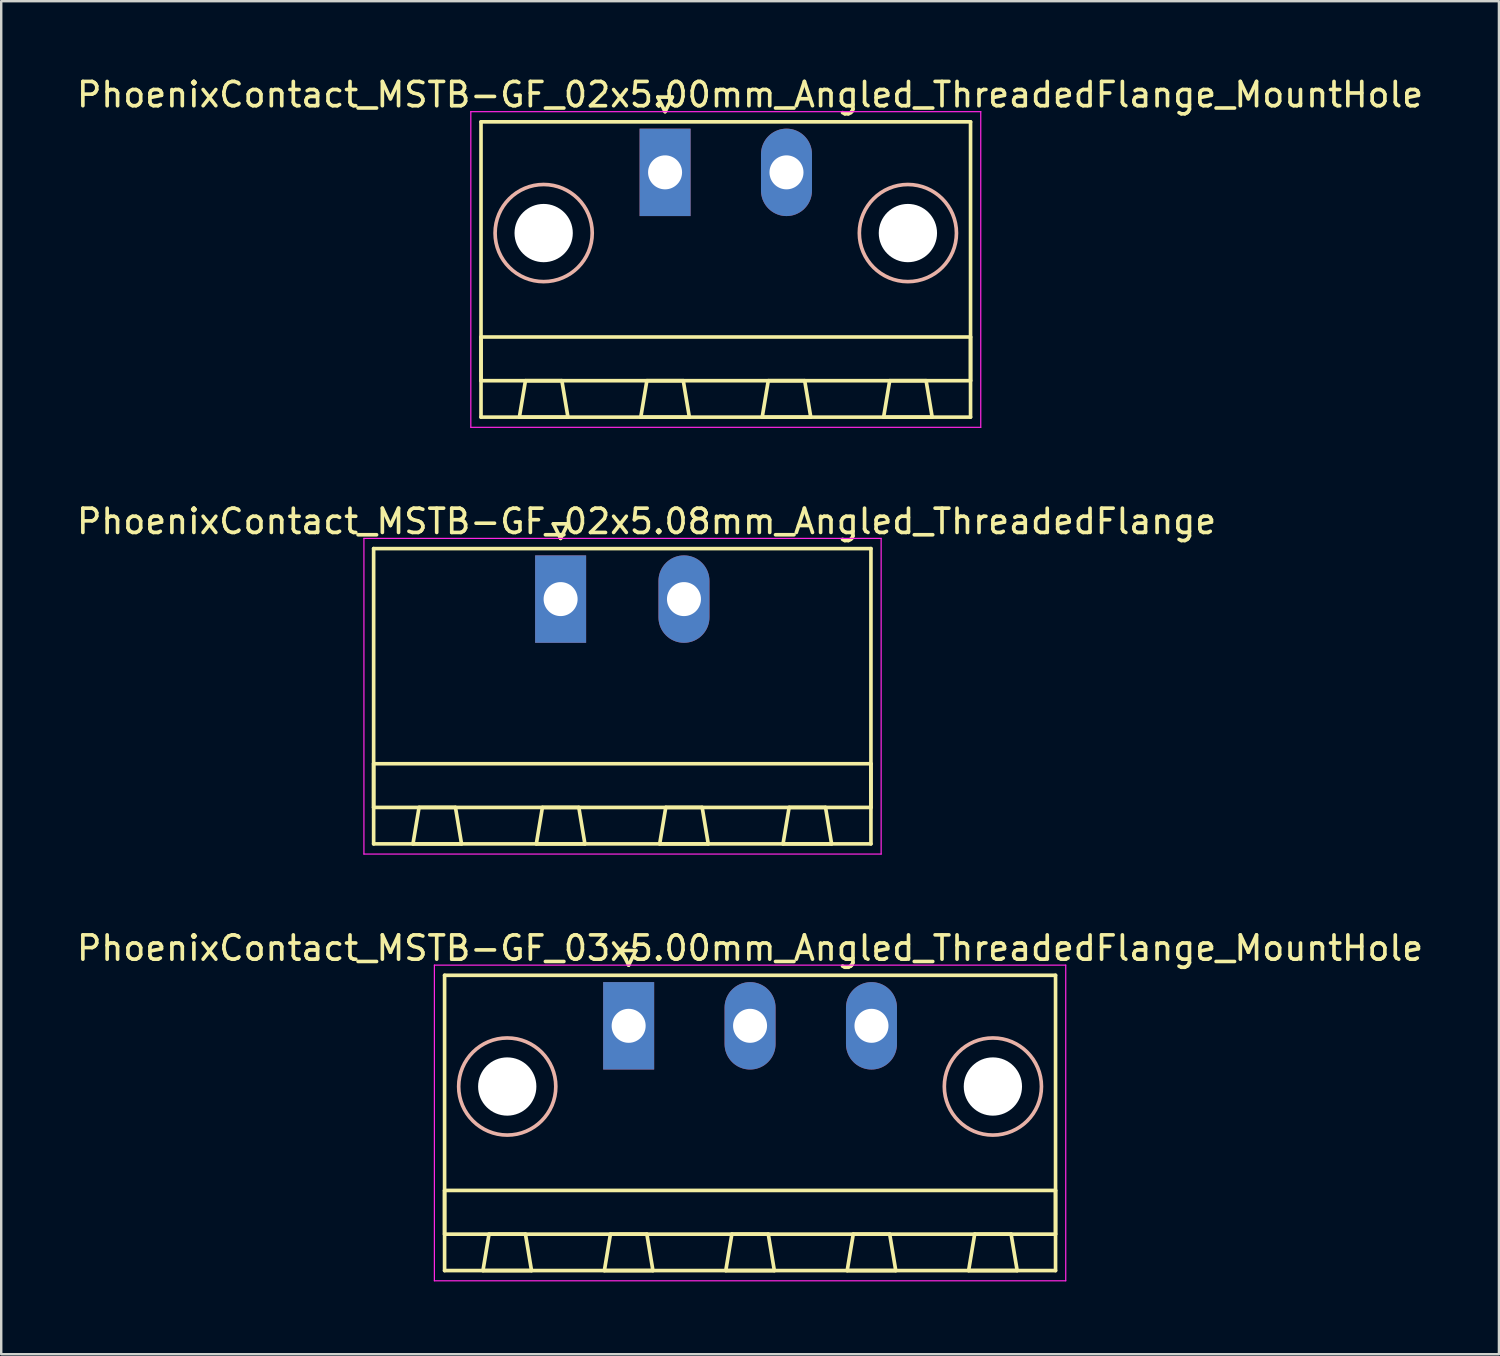
<source format=kicad_pcb>
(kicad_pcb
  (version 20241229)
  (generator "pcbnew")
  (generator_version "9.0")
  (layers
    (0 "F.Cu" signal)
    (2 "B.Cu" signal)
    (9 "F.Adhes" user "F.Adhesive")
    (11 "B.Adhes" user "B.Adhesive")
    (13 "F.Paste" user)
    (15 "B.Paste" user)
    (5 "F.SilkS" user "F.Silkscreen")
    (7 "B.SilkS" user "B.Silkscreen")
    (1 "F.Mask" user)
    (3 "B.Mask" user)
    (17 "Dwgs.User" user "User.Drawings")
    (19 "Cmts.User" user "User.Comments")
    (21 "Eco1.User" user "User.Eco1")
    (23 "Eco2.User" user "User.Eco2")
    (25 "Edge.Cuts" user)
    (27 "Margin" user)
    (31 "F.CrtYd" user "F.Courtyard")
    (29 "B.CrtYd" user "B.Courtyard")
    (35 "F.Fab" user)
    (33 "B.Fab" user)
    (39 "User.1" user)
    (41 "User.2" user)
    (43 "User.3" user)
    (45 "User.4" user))
  (footprint "PhoenixContact_MSTB-GF_02x5.08mm_Angled_ThreadedFlange"
    (layer "F.Cu")
    (at 20.037 21.622)
    (property "Reference" "PhoenixContact_MSTB-GF_02x5.08mm_Angled_ThreadedFlange" (at 3.54 -3.2 0) (layer "F.SilkS") (effects (font (size 1 1) (thickness 0.15))))
    (attr through_hole)
    (fp_line (start -7.7 -2.08) (end -7.7 10.08) (stroke (width 0.15) (type solid)) (layer "F.SilkS"))
    (fp_line (start -7.7 6.78) (end 12.78 6.78) (stroke (width 0.15) (type solid)) (layer "F.SilkS"))
    (fp_line (start -7.7 8.58) (end -7.7 6.78) (stroke (width 0.15) (type solid)) (layer "F.SilkS"))
    (fp_line (start -7.7 10.08) (end 12.78 10.08) (stroke (width 0.15) (type solid)) (layer "F.SilkS"))
    (fp_line (start -6.08 10.08) (end -4.08 10.08) (stroke (width 0.15) (type solid)) (layer "F.SilkS"))
    (fp_line (start -5.83 8.58) (end -6.08 10.08) (stroke (width 0.15) (type solid)) (layer "F.SilkS"))
    (fp_line (start -4.33 8.58) (end -5.83 8.58) (stroke (width 0.15) (type solid)) (layer "F.SilkS"))
    (fp_line (start -4.08 10.08) (end -4.33 8.58) (stroke (width 0.15) (type solid)) (layer "F.SilkS"))
    (fp_line (start -1 10.08) (end 1 10.08) (stroke (width 0.15) (type solid)) (layer "F.SilkS"))
    (fp_line (start -0.75 8.58) (end -1 10.08) (stroke (width 0.15) (type solid)) (layer "F.SilkS"))
    (fp_line (start -0.3 -3.1) (end 0 -2.5) (stroke (width 0.15) (type solid)) (layer "F.SilkS"))
    (fp_line (start 0 -2.5) (end 0.3 -3.1) (stroke (width 0.15) (type solid)) (layer "F.SilkS"))
    (fp_line (start 0.3 -3.1) (end -0.3 -3.1) (stroke (width 0.15) (type solid)) (layer "F.SilkS"))
    (fp_line (start 0.75 8.58) (end -0.75 8.58) (stroke (width 0.15) (type solid)) (layer "F.SilkS"))
    (fp_line (start 1 10.08) (end 0.75 8.58) (stroke (width 0.15) (type solid)) (layer "F.SilkS"))
    (fp_line (start 4.08 10.08) (end 6.08 10.08) (stroke (width 0.15) (type solid)) (layer "F.SilkS"))
    (fp_line (start 4.33 8.58) (end 4.08 10.08) (stroke (width 0.15) (type solid)) (layer "F.SilkS"))
    (fp_line (start 5.83 8.58) (end 4.33 8.58) (stroke (width 0.15) (type solid)) (layer "F.SilkS"))
    (fp_line (start 6.08 10.08) (end 5.83 8.58) (stroke (width 0.15) (type solid)) (layer "F.SilkS"))
    (fp_line (start 9.16 10.08) (end 11.16 10.08) (stroke (width 0.15) (type solid)) (layer "F.SilkS"))
    (fp_line (start 9.41 8.58) (end 9.16 10.08) (stroke (width 0.15) (type solid)) (layer "F.SilkS"))
    (fp_line (start 10.91 8.58) (end 9.41 8.58) (stroke (width 0.15) (type solid)) (layer "F.SilkS"))
    (fp_line (start 11.16 10.08) (end 10.91 8.58) (stroke (width 0.15) (type solid)) (layer "F.SilkS"))
    (fp_line (start 12.78 -2.08) (end -7.7 -2.08) (stroke (width 0.15) (type solid)) (layer "F.SilkS"))
    (fp_line (start 12.78 6.78) (end 12.78 8.58) (stroke (width 0.15) (type solid)) (layer "F.SilkS"))
    (fp_line (start 12.78 8.58) (end -7.7 8.58) (stroke (width 0.15) (type solid)) (layer "F.SilkS"))
    (fp_line (start 12.78 10.08) (end 12.78 -2.08) (stroke (width 0.15) (type solid)) (layer "F.SilkS"))
    (fp_line (start -8.1 -2.5) (end -8.1 10.5) (stroke (width 0.05) (type solid)) (layer "F.CrtYd"))
    (fp_line (start -8.1 10.5) (end 13.2 10.5) (stroke (width 0.05) (type solid)) (layer "F.CrtYd"))
    (fp_line (start 13.2 -2.5) (end -8.1 -2.5) (stroke (width 0.05) (type solid)) (layer "F.CrtYd"))
    (fp_line (start 13.2 10.5) (end 13.2 -2.5) (stroke (width 0.05) (type solid)) (layer "F.CrtYd"))
    (pad "1" thru_hole rect (at 0 0) (size 2.1 3.6) (drill 1.4) (layers "*.Cu" "*.Mask"))
    (pad "2" thru_hole oval (at 5.08 0) (size 2.1 3.6) (drill 1.4) (layers "*.Cu" "*.Mask")))
  (footprint "PhoenixContact_MSTB-GF_02x5.00mm_Angled_ThreadedFlange_MountHole"
    (layer "F.Cu")
    (at 24.339 4.048)
    (property "Reference" "PhoenixContact_MSTB-GF_02x5.00mm_Angled_ThreadedFlange_MountHole" (at 3.5 -3.2 0) (layer "F.SilkS") (effects (font (size 1 1) (thickness 0.15))))
    (attr through_hole)
    (fp_line (start -7.58 -2.08) (end -7.58 10.08) (stroke (width 0.15) (type solid)) (layer "F.SilkS"))
    (fp_line (start -7.58 6.78) (end 12.58 6.78) (stroke (width 0.15) (type solid)) (layer "F.SilkS"))
    (fp_line (start -7.58 8.58) (end -7.58 6.78) (stroke (width 0.15) (type solid)) (layer "F.SilkS"))
    (fp_line (start -7.58 10.08) (end 12.58 10.08) (stroke (width 0.15) (type solid)) (layer "F.SilkS"))
    (fp_line (start -6 10.08) (end -4 10.08) (stroke (width 0.15) (type solid)) (layer "F.SilkS"))
    (fp_line (start -5.75 8.58) (end -6 10.08) (stroke (width 0.15) (type solid)) (layer "F.SilkS"))
    (fp_line (start -4.25 8.58) (end -5.75 8.58) (stroke (width 0.15) (type solid)) (layer "F.SilkS"))
    (fp_line (start -4 10.08) (end -4.25 8.58) (stroke (width 0.15) (type solid)) (layer "F.SilkS"))
    (fp_line (start -1 10.08) (end 1 10.08) (stroke (width 0.15) (type solid)) (layer "F.SilkS"))
    (fp_line (start -0.75 8.58) (end -1 10.08) (stroke (width 0.15) (type solid)) (layer "F.SilkS"))
    (fp_line (start -0.3 -3.1) (end 0 -2.5) (stroke (width 0.15) (type solid)) (layer "F.SilkS"))
    (fp_line (start 0 -2.5) (end 0.3 -3.1) (stroke (width 0.15) (type solid)) (layer "F.SilkS"))
    (fp_line (start 0.3 -3.1) (end -0.3 -3.1) (stroke (width 0.15) (type solid)) (layer "F.SilkS"))
    (fp_line (start 0.75 8.58) (end -0.75 8.58) (stroke (width 0.15) (type solid)) (layer "F.SilkS"))
    (fp_line (start 1 10.08) (end 0.75 8.58) (stroke (width 0.15) (type solid)) (layer "F.SilkS"))
    (fp_line (start 4 10.08) (end 6 10.08) (stroke (width 0.15) (type solid)) (layer "F.SilkS"))
    (fp_line (start 4.25 8.58) (end 4 10.08) (stroke (width 0.15) (type solid)) (layer "F.SilkS"))
    (fp_line (start 5.75 8.58) (end 4.25 8.58) (stroke (width 0.15) (type solid)) (layer "F.SilkS"))
    (fp_line (start 6 10.08) (end 5.75 8.58) (stroke (width 0.15) (type solid)) (layer "F.SilkS"))
    (fp_line (start 9 10.08) (end 11 10.08) (stroke (width 0.15) (type solid)) (layer "F.SilkS"))
    (fp_line (start 9.25 8.58) (end 9 10.08) (stroke (width 0.15) (type solid)) (layer "F.SilkS"))
    (fp_line (start 10.75 8.58) (end 9.25 8.58) (stroke (width 0.15) (type solid)) (layer "F.SilkS"))
    (fp_line (start 11 10.08) (end 10.75 8.58) (stroke (width 0.15) (type solid)) (layer "F.SilkS"))
    (fp_line (start 12.58 -2.08) (end -7.58 -2.08) (stroke (width 0.15) (type solid)) (layer "F.SilkS"))
    (fp_line (start 12.58 6.78) (end 12.58 8.58) (stroke (width 0.15) (type solid)) (layer "F.SilkS"))
    (fp_line (start 12.58 8.58) (end -7.58 8.58) (stroke (width 0.15) (type solid)) (layer "F.SilkS"))
    (fp_line (start 12.58 10.08) (end 12.58 -2.08) (stroke (width 0.15) (type solid)) (layer "F.SilkS"))
    (fp_circle (center -5 2.5) (end -3 2.5) (stroke (width 0.15) (type solid)) (fill no) (layer "B.SilkS"))
    (fp_circle (center 10 2.5) (end 12 2.5) (stroke (width 0.15) (type solid)) (fill no) (layer "B.SilkS"))
    (fp_line (start -8 -2.5) (end -8 10.5) (stroke (width 0.05) (type solid)) (layer "F.CrtYd"))
    (fp_line (start -8 10.5) (end 13 10.5) (stroke (width 0.05) (type solid)) (layer "F.CrtYd"))
    (fp_line (start 13 -2.5) (end -8 -2.5) (stroke (width 0.05) (type solid)) (layer "F.CrtYd"))
    (fp_line (start 13 10.5) (end 13 -2.5) (stroke (width 0.05) (type solid)) (layer "F.CrtYd"))
    (pad "" np_thru_hole circle (at -5 2.5) (size 2.4 2.4) (drill 2.4) (layers "*.Cu" "*.Mask"))
    (pad "" np_thru_hole circle (at 10 2.5) (size 2.4 2.4) (drill 2.4) (layers "*.Cu" "*.Mask"))
    (pad "1" thru_hole rect (at 0 0) (size 2.1 3.6) (drill 1.4) (layers "*.Cu" "*.Mask"))
    (pad "2" thru_hole oval (at 5 0) (size 2.1 3.6) (drill 1.4) (layers "*.Cu" "*.Mask")))
  (footprint "PhoenixContact_MSTB-GF_03x5.00mm_Angled_ThreadedFlange_MountHole"
    (layer "F.Cu")
    (at 22.839 39.195)
    (property "Reference" "PhoenixContact_MSTB-GF_03x5.00mm_Angled_ThreadedFlange_MountHole" (at 5 -3.2 0) (layer "F.SilkS") (effects (font (size 1 1) (thickness 0.15))))
    (attr through_hole)
    (fp_line (start -7.58 -2.08) (end -7.58 10.08) (stroke (width 0.15) (type solid)) (layer "F.SilkS"))
    (fp_line (start -7.58 6.78) (end 17.58 6.78) (stroke (width 0.15) (type solid)) (layer "F.SilkS"))
    (fp_line (start -7.58 8.58) (end -7.58 6.78) (stroke (width 0.15) (type solid)) (layer "F.SilkS"))
    (fp_line (start -7.58 10.08) (end 17.58 10.08) (stroke (width 0.15) (type solid)) (layer "F.SilkS"))
    (fp_line (start -6 10.08) (end -4 10.08) (stroke (width 0.15) (type solid)) (layer "F.SilkS"))
    (fp_line (start -5.75 8.58) (end -6 10.08) (stroke (width 0.15) (type solid)) (layer "F.SilkS"))
    (fp_line (start -4.25 8.58) (end -5.75 8.58) (stroke (width 0.15) (type solid)) (layer "F.SilkS"))
    (fp_line (start -4 10.08) (end -4.25 8.58) (stroke (width 0.15) (type solid)) (layer "F.SilkS"))
    (fp_line (start -1 10.08) (end 1 10.08) (stroke (width 0.15) (type solid)) (layer "F.SilkS"))
    (fp_line (start -0.75 8.58) (end -1 10.08) (stroke (width 0.15) (type solid)) (layer "F.SilkS"))
    (fp_line (start -0.3 -3.1) (end 0 -2.5) (stroke (width 0.15) (type solid)) (layer "F.SilkS"))
    (fp_line (start 0 -2.5) (end 0.3 -3.1) (stroke (width 0.15) (type solid)) (layer "F.SilkS"))
    (fp_line (start 0.3 -3.1) (end -0.3 -3.1) (stroke (width 0.15) (type solid)) (layer "F.SilkS"))
    (fp_line (start 0.75 8.58) (end -0.75 8.58) (stroke (width 0.15) (type solid)) (layer "F.SilkS"))
    (fp_line (start 1 10.08) (end 0.75 8.58) (stroke (width 0.15) (type solid)) (layer "F.SilkS"))
    (fp_line (start 4 10.08) (end 6 10.08) (stroke (width 0.15) (type solid)) (layer "F.SilkS"))
    (fp_line (start 4.25 8.58) (end 4 10.08) (stroke (width 0.15) (type solid)) (layer "F.SilkS"))
    (fp_line (start 5.75 8.58) (end 4.25 8.58) (stroke (width 0.15) (type solid)) (layer "F.SilkS"))
    (fp_line (start 6 10.08) (end 5.75 8.58) (stroke (width 0.15) (type solid)) (layer "F.SilkS"))
    (fp_line (start 9 10.08) (end 11 10.08) (stroke (width 0.15) (type solid)) (layer "F.SilkS"))
    (fp_line (start 9.25 8.58) (end 9 10.08) (stroke (width 0.15) (type solid)) (layer "F.SilkS"))
    (fp_line (start 10.75 8.58) (end 9.25 8.58) (stroke (width 0.15) (type solid)) (layer "F.SilkS"))
    (fp_line (start 11 10.08) (end 10.75 8.58) (stroke (width 0.15) (type solid)) (layer "F.SilkS"))
    (fp_line (start 14 10.08) (end 16 10.08) (stroke (width 0.15) (type solid)) (layer "F.SilkS"))
    (fp_line (start 14.25 8.58) (end 14 10.08) (stroke (width 0.15) (type solid)) (layer "F.SilkS"))
    (fp_line (start 15.75 8.58) (end 14.25 8.58) (stroke (width 0.15) (type solid)) (layer "F.SilkS"))
    (fp_line (start 16 10.08) (end 15.75 8.58) (stroke (width 0.15) (type solid)) (layer "F.SilkS"))
    (fp_line (start 17.58 -2.08) (end -7.58 -2.08) (stroke (width 0.15) (type solid)) (layer "F.SilkS"))
    (fp_line (start 17.58 6.78) (end 17.58 8.58) (stroke (width 0.15) (type solid)) (layer "F.SilkS"))
    (fp_line (start 17.58 8.58) (end -7.58 8.58) (stroke (width 0.15) (type solid)) (layer "F.SilkS"))
    (fp_line (start 17.58 10.08) (end 17.58 -2.08) (stroke (width 0.15) (type solid)) (layer "F.SilkS"))
    (fp_circle (center -5 2.5) (end -3 2.5) (stroke (width 0.15) (type solid)) (fill no) (layer "B.SilkS"))
    (fp_circle (center 15 2.5) (end 17 2.5) (stroke (width 0.15) (type solid)) (fill no) (layer "B.SilkS"))
    (fp_line (start -8 -2.5) (end -8 10.5) (stroke (width 0.05) (type solid)) (layer "F.CrtYd"))
    (fp_line (start -8 10.5) (end 18 10.5) (stroke (width 0.05) (type solid)) (layer "F.CrtYd"))
    (fp_line (start 18 -2.5) (end -8 -2.5) (stroke (width 0.05) (type solid)) (layer "F.CrtYd"))
    (fp_line (start 18 10.5) (end 18 -2.5) (stroke (width 0.05) (type solid)) (layer "F.CrtYd"))
    (pad "" np_thru_hole circle (at -5 2.5) (size 2.4 2.4) (drill 2.4) (layers "*.Cu" "*.Mask"))
    (pad "" np_thru_hole circle (at 15 2.5) (size 2.4 2.4) (drill 2.4) (layers "*.Cu" "*.Mask"))
    (pad "1" thru_hole rect (at 0 0) (size 2.1 3.6) (drill 1.4) (layers "*.Cu" "*.Mask"))
    (pad "2" thru_hole oval (at 5 0) (size 2.1 3.6) (drill 1.4) (layers "*.Cu" "*.Mask"))
    (pad "3" thru_hole oval (at 10 0) (size 2.1 3.6) (drill 1.4) (layers "*.Cu" "*.Mask")))
  (gr_rect
    (start -3 -3)
    (end 58.679 52.72)
    (stroke (width 0.1) (type default))
    (fill no)
    (layer "Edge.Cuts")))
</source>
